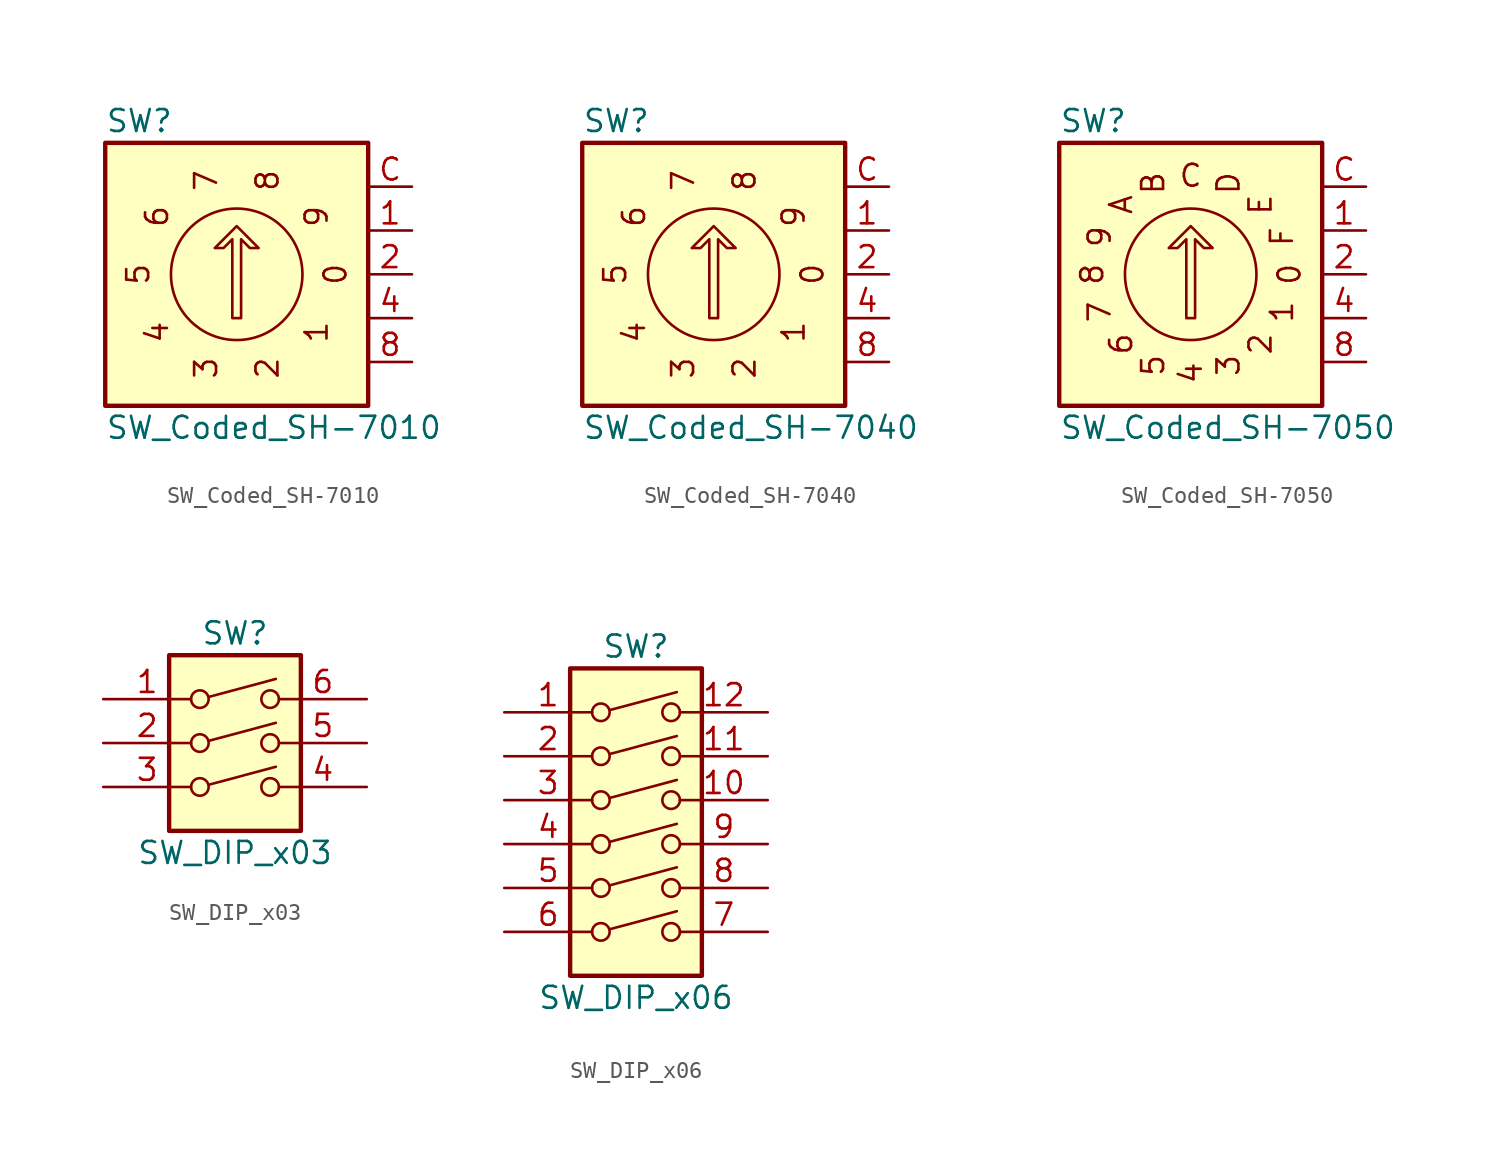
<source format=kicad_sym>
(kicad_symbol_lib
  (version 20241209)
  (generator "kicad_symbol_editor")
  (generator_version "9.0")
  (symbol "SW_Coded_SH-7010"
    (pin_names
      (hide yes))
    (property "Reference" "SW"
      (at -7.62 8.89 0)
      (effects (font (size 1.27 1.27)) (justify left)))
    (property "Value" "SW_Coded_SH-7010"
      (at -7.62 -8.89 0)
      (effects (font (size 1.27 1.27)) (justify left)))
    (symbol "SW_Coded_SH-7010_0_0"
      (text "5" (at -5.715 0 900) (effects (font (size 1.27 1.27))))
      (text "6" (at -4.623 3.353 540) (effects (font (size 1.27 1.27))))
      (text "4" (at -4.623 -3.353 1260) (effects (font (size 1.27 1.27))))
      (text "7" (at -1.778 5.436 180) (effects (font (size 1.27 1.27))))
      (text "3" (at -1.778 -5.436 1620) (effects (font (size 1.27 1.27))))
      (text "8" (at 1.778 5.436 3420) (effects (font (size 1.27 1.27))))
      (text "2" (at 1.778 -5.436 1980) (effects (font (size 1.27 1.27))))
      (text "9" (at 4.623 3.353 3060) (effects (font (size 1.27 1.27))))
      (text "1" (at 4.623 -3.353 2340) (effects (font (size 1.27 1.27))))
      (text "0" (at 5.715 0 2700) (effects (font (size 1.27 1.27)))))
    (symbol "SW_Coded_SH-7010_0_1"
      (polyline (pts (xy -0.254 -2.54) (xy -0.254 2.032) (xy -0.762 1.524) (xy -1.27 1.524) (xy 0 2.794) (xy 1.27 1.524) (xy 0.762 1.524) (xy 0.254 2.032) (xy 0.254 -2.54) (xy -0.254 -2.54) (xy -0.254 -2.54)) (stroke (width 0) (type default)) (fill (type none)))
      (circle (center 0 0) (radius 3.81) (stroke (width 0) (type default)) (fill (type none)))
      (rectangle (start 7.62 7.62) (end -7.62 -7.62) (stroke (width 0.254) (type default)) (fill (type background))))
    (symbol "SW_Coded_SH-7010_1_1"
      (pin passive line (at 10.16 5.08 180) (length 2.54) (name "C" (effects (font (size 1.27 1.27)))) (number "C" (effects (font (size 1.27 1.27)))))
      (pin passive line (at 10.16 2.54 180) (length 2.54) (name "1" (effects (font (size 1.27 1.27)))) (number "1" (effects (font (size 1.27 1.27)))))
      (pin passive line (at 10.16 0 180) (length 2.54) (name "2" (effects (font (size 1.27 1.27)))) (number "2" (effects (font (size 1.27 1.27)))))
      (pin passive line (at 10.16 -2.54 180) (length 2.54) (name "4" (effects (font (size 1.27 1.27)))) (number "4" (effects (font (size 1.27 1.27)))))
      (pin passive line (at 10.16 -5.08 180) (length 2.54) (name "8" (effects (font (size 1.27 1.27)))) (number "8" (effects (font (size 1.27 1.27)))))))
  (symbol "SW_Coded_SH-7040"
    (pin_names
      (hide yes))
    (property "Reference" "SW"
      (at -7.62 8.89 0)
      (effects (font (size 1.27 1.27)) (justify left)))
    (property "Value" "SW_Coded_SH-7040"
      (at -7.62 -8.89 0)
      (effects (font (size 1.27 1.27)) (justify left)))
    (symbol "SW_Coded_SH-7040_0_0"
      (text "5" (at -5.715 0 900) (effects (font (size 1.27 1.27))))
      (text "6" (at -4.623 3.353 540) (effects (font (size 1.27 1.27))))
      (text "4" (at -4.623 -3.353 1260) (effects (font (size 1.27 1.27))))
      (text "7" (at -1.778 5.436 180) (effects (font (size 1.27 1.27))))
      (text "3" (at -1.778 -5.436 1620) (effects (font (size 1.27 1.27))))
      (text "8" (at 1.778 5.436 3420) (effects (font (size 1.27 1.27))))
      (text "2" (at 1.778 -5.436 1980) (effects (font (size 1.27 1.27))))
      (text "9" (at 4.623 3.353 3060) (effects (font (size 1.27 1.27))))
      (text "1" (at 4.623 -3.353 2340) (effects (font (size 1.27 1.27))))
      (text "0" (at 5.715 0 2700) (effects (font (size 1.27 1.27)))))
    (symbol "SW_Coded_SH-7040_0_1"
      (polyline (pts (xy -0.254 -2.54) (xy -0.254 2.032) (xy -0.762 1.524) (xy -1.27 1.524) (xy 0 2.794) (xy 1.27 1.524) (xy 0.762 1.524) (xy 0.254 2.032) (xy 0.254 -2.54) (xy -0.254 -2.54) (xy -0.254 -2.54)) (stroke (width 0) (type default)) (fill (type none)))
      (circle (center 0 0) (radius 3.81) (stroke (width 0) (type default)) (fill (type none)))
      (rectangle (start 7.62 7.62) (end -7.62 -7.62) (stroke (width 0.254) (type default)) (fill (type background))))
    (symbol "SW_Coded_SH-7040_1_1"
      (pin passive line (at 10.16 5.08 180) (length 2.54) (name "C" (effects (font (size 1.27 1.27)))) (number "C" (effects (font (size 1.27 1.27)))))
      (pin passive line (at 10.16 2.54 180) (length 2.54) (name "1" (effects (font (size 1.27 1.27)))) (number "1" (effects (font (size 1.27 1.27)))))
      (pin passive line (at 10.16 0 180) (length 2.54) (name "2" (effects (font (size 1.27 1.27)))) (number "2" (effects (font (size 1.27 1.27)))))
      (pin passive line (at 10.16 -2.54 180) (length 2.54) (name "4" (effects (font (size 1.27 1.27)))) (number "4" (effects (font (size 1.27 1.27)))))
      (pin passive line (at 10.16 -5.08 180) (length 2.54) (name "8" (effects (font (size 1.27 1.27)))) (number "8" (effects (font (size 1.27 1.27)))))))
  (symbol "SW_Coded_SH-7050"
    (pin_names
      (hide yes))
    (property "Reference" "SW"
      (at -7.62 8.89 0)
      (effects (font (size 1.27 1.27)) (justify left)))
    (property "Value" "SW_Coded_SH-7050"
      (at -7.62 -8.89 0)
      (effects (font (size 1.27 1.27)) (justify left)))
    (symbol "SW_Coded_SH-7050_0_0"
      (text "8" (at -5.715 0 900) (effects (font (size 1.27 1.27))))
      (text "9" (at -5.283 2.184 675) (effects (font (size 1.27 1.27))))
      (text "7" (at -5.283 -2.184 1125) (effects (font (size 1.27 1.27))))
      (text "A" (at -4.039 4.039 450) (effects (font (size 1.27 1.27))))
      (text "6" (at -4.039 -4.039 1350) (effects (font (size 1.27 1.27))))
      (text "B" (at -2.184 5.283 225) (effects (font (size 1.27 1.27))))
      (text "5" (at -2.184 -5.283 1575) (effects (font (size 1.27 1.27))))
      (text "C" (at 0 5.715 0) (effects (font (size 1.27 1.27))))
      (text "4" (at 0 -5.715 1800) (effects (font (size 1.27 1.27))))
      (text "D" (at 2.184 5.283 3375) (effects (font (size 1.27 1.27))))
      (text "3" (at 2.184 -5.283 2025) (effects (font (size 1.27 1.27))))
      (text "E" (at 4.039 4.039 3150) (effects (font (size 1.27 1.27))))
      (text "2" (at 4.039 -4.039 2250) (effects (font (size 1.27 1.27))))
      (text "F" (at 5.283 2.184 2925) (effects (font (size 1.27 1.27))))
      (text "1" (at 5.283 -2.184 2475) (effects (font (size 1.27 1.27))))
      (text "0" (at 5.715 0 2700) (effects (font (size 1.27 1.27)))))
    (symbol "SW_Coded_SH-7050_0_1"
      (polyline (pts (xy -0.254 -2.54) (xy -0.254 2.032) (xy -0.762 1.524) (xy -1.27 1.524) (xy 0 2.794) (xy 1.27 1.524) (xy 0.762 1.524) (xy 0.254 2.032) (xy 0.254 -2.54) (xy -0.254 -2.54) (xy -0.254 -2.54)) (stroke (width 0) (type default)) (fill (type none)))
      (circle (center 0 0) (radius 3.81) (stroke (width 0) (type default)) (fill (type none)))
      (rectangle (start 7.62 7.62) (end -7.62 -7.62) (stroke (width 0.254) (type default)) (fill (type background))))
    (symbol "SW_Coded_SH-7050_1_1"
      (pin passive line (at 10.16 5.08 180) (length 2.54) (name "C" (effects (font (size 1.27 1.27)))) (number "C" (effects (font (size 1.27 1.27)))))
      (pin passive line (at 10.16 2.54 180) (length 2.54) (name "1" (effects (font (size 1.27 1.27)))) (number "1" (effects (font (size 1.27 1.27)))))
      (pin passive line (at 10.16 0 180) (length 2.54) (name "2" (effects (font (size 1.27 1.27)))) (number "2" (effects (font (size 1.27 1.27)))))
      (pin passive line (at 10.16 -2.54 180) (length 2.54) (name "4" (effects (font (size 1.27 1.27)))) (number "4" (effects (font (size 1.27 1.27)))))
      (pin passive line (at 10.16 -5.08 180) (length 2.54) (name "8" (effects (font (size 1.27 1.27)))) (number "8" (effects (font (size 1.27 1.27)))))))
  (symbol "SW_DIP_x03"
    (pin_names
      (offset 0)
      (hide yes))
    (property "Reference" "SW"
      (at 0 6.35 0)
      (effects (font (size 1.27 1.27))))
    (property "Value" "SW_DIP_x03"
      (at 0 -6.35 0)
      (effects (font (size 1.27 1.27))))
    (symbol "SW_DIP_x03_0_0"
      (circle (center -2.032 2.54) (radius 0.508) (stroke (width 0) (type default)) (fill (type none)))
      (circle (center -2.032 0) (radius 0.508) (stroke (width 0) (type default)) (fill (type none)))
      (circle (center -2.032 -2.54) (radius 0.508) (stroke (width 0) (type default)) (fill (type none)))
      (polyline (pts (xy -1.524 2.667) (xy 2.362 3.708)) (stroke (width 0) (type default)) (fill (type none)))
      (polyline (pts (xy -1.524 0.127) (xy 2.362 1.168)) (stroke (width 0) (type default)) (fill (type none)))
      (polyline (pts (xy -1.524 -2.413) (xy 2.362 -1.372)) (stroke (width 0) (type default)) (fill (type none)))
      (circle (center 2.032 2.54) (radius 0.508) (stroke (width 0) (type default)) (fill (type none)))
      (circle (center 2.032 0) (radius 0.508) (stroke (width 0) (type default)) (fill (type none)))
      (circle (center 2.032 -2.54) (radius 0.508) (stroke (width 0) (type default)) (fill (type none))))
    (symbol "SW_DIP_x03_0_1"
      (rectangle (start -3.81 5.08) (end 3.81 -5.08) (stroke (width 0.254) (type default)) (fill (type background))))
    (symbol "SW_DIP_x03_1_1"
      (pin passive line (at -7.62 2.54 0) (length 5.08) (name "~" (effects (font (size 1.27 1.27)))) (number "1" (effects (font (size 1.27 1.27)))))
      (pin passive line (at -7.62 0 0) (length 5.08) (name "~" (effects (font (size 1.27 1.27)))) (number "2" (effects (font (size 1.27 1.27)))))
      (pin passive line (at -7.62 -2.54 0) (length 5.08) (name "~" (effects (font (size 1.27 1.27)))) (number "3" (effects (font (size 1.27 1.27)))))
      (pin passive line (at 7.62 2.54 180) (length 5.08) (name "~" (effects (font (size 1.27 1.27)))) (number "6" (effects (font (size 1.27 1.27)))))
      (pin passive line (at 7.62 0 180) (length 5.08) (name "~" (effects (font (size 1.27 1.27)))) (number "5" (effects (font (size 1.27 1.27)))))
      (pin passive line (at 7.62 -2.54 180) (length 5.08) (name "~" (effects (font (size 1.27 1.27)))) (number "4" (effects (font (size 1.27 1.27)))))))
  (symbol "SW_DIP_x06"
    (pin_names
      (offset 0)
      (hide yes))
    (property "Reference" "SW"
      (at 0 11.43 0)
      (effects (font (size 1.27 1.27))))
    (property "Value" "SW_DIP_x06"
      (at 0 -8.89 0)
      (effects (font (size 1.27 1.27))))
    (symbol "SW_DIP_x06_0_0"
      (circle (center -2.032 7.62) (radius 0.508) (stroke (width 0) (type default)) (fill (type none)))
      (circle (center -2.032 5.08) (radius 0.508) (stroke (width 0) (type default)) (fill (type none)))
      (circle (center -2.032 2.54) (radius 0.508) (stroke (width 0) (type default)) (fill (type none)))
      (circle (center -2.032 0) (radius 0.508) (stroke (width 0) (type default)) (fill (type none)))
      (circle (center -2.032 -2.54) (radius 0.508) (stroke (width 0) (type default)) (fill (type none)))
      (circle (center -2.032 -5.08) (radius 0.508) (stroke (width 0) (type default)) (fill (type none)))
      (polyline (pts (xy -1.524 7.747) (xy 2.362 8.788)) (stroke (width 0) (type default)) (fill (type none)))
      (polyline (pts (xy -1.524 5.207) (xy 2.362 6.248)) (stroke (width 0) (type default)) (fill (type none)))
      (polyline (pts (xy -1.524 2.667) (xy 2.362 3.708)) (stroke (width 0) (type default)) (fill (type none)))
      (polyline (pts (xy -1.524 0.127) (xy 2.362 1.168)) (stroke (width 0) (type default)) (fill (type none)))
      (polyline (pts (xy -1.524 -2.388) (xy 2.362 -1.346)) (stroke (width 0) (type default)) (fill (type none)))
      (polyline (pts (xy -1.524 -4.928) (xy 2.362 -3.886)) (stroke (width 0) (type default)) (fill (type none)))
      (circle (center 2.032 7.62) (radius 0.508) (stroke (width 0) (type default)) (fill (type none)))
      (circle (center 2.032 5.08) (radius 0.508) (stroke (width 0) (type default)) (fill (type none)))
      (circle (center 2.032 2.54) (radius 0.508) (stroke (width 0) (type default)) (fill (type none)))
      (circle (center 2.032 0) (radius 0.508) (stroke (width 0) (type default)) (fill (type none)))
      (circle (center 2.032 -2.54) (radius 0.508) (stroke (width 0) (type default)) (fill (type none)))
      (circle (center 2.032 -5.08) (radius 0.508) (stroke (width 0) (type default)) (fill (type none))))
    (symbol "SW_DIP_x06_0_1"
      (rectangle (start -3.81 10.16) (end 3.81 -7.62) (stroke (width 0.254) (type default)) (fill (type background))))
    (symbol "SW_DIP_x06_1_1"
      (pin passive line (at -7.62 7.62 0) (length 5.08) (name "~" (effects (font (size 1.27 1.27)))) (number "1" (effects (font (size 1.27 1.27)))))
      (pin passive line (at -7.62 5.08 0) (length 5.08) (name "~" (effects (font (size 1.27 1.27)))) (number "2" (effects (font (size 1.27 1.27)))))
      (pin passive line (at -7.62 2.54 0) (length 5.08) (name "~" (effects (font (size 1.27 1.27)))) (number "3" (effects (font (size 1.27 1.27)))))
      (pin passive line (at -7.62 0 0) (length 5.08) (name "~" (effects (font (size 1.27 1.27)))) (number "4" (effects (font (size 1.27 1.27)))))
      (pin passive line (at -7.62 -2.54 0) (length 5.08) (name "~" (effects (font (size 1.27 1.27)))) (number "5" (effects (font (size 1.27 1.27)))))
      (pin passive line (at -7.62 -5.08 0) (length 5.08) (name "~" (effects (font (size 1.27 1.27)))) (number "6" (effects (font (size 1.27 1.27)))))
      (pin passive line (at 7.62 7.62 180) (length 5.08) (name "~" (effects (font (size 1.27 1.27)))) (number "12" (effects (font (size 1.27 1.27)))))
      (pin passive line (at 7.62 5.08 180) (length 5.08) (name "~" (effects (font (size 1.27 1.27)))) (number "11" (effects (font (size 1.27 1.27)))))
      (pin passive line (at 7.62 2.54 180) (length 5.08) (name "~" (effects (font (size 1.27 1.27)))) (number "10" (effects (font (size 1.27 1.27)))))
      (pin passive line (at 7.62 0 180) (length 5.08) (name "~" (effects (font (size 1.27 1.27)))) (number "9" (effects (font (size 1.27 1.27)))))
      (pin passive line (at 7.62 -2.54 180) (length 5.08) (name "~" (effects (font (size 1.27 1.27)))) (number "8" (effects (font (size 1.27 1.27)))))
      (pin passive line (at 7.62 -5.08 180) (length 5.08) (name "~" (effects (font (size 1.27 1.27)))) (number "7" (effects (font (size 1.27 1.27))))))))
</source>
